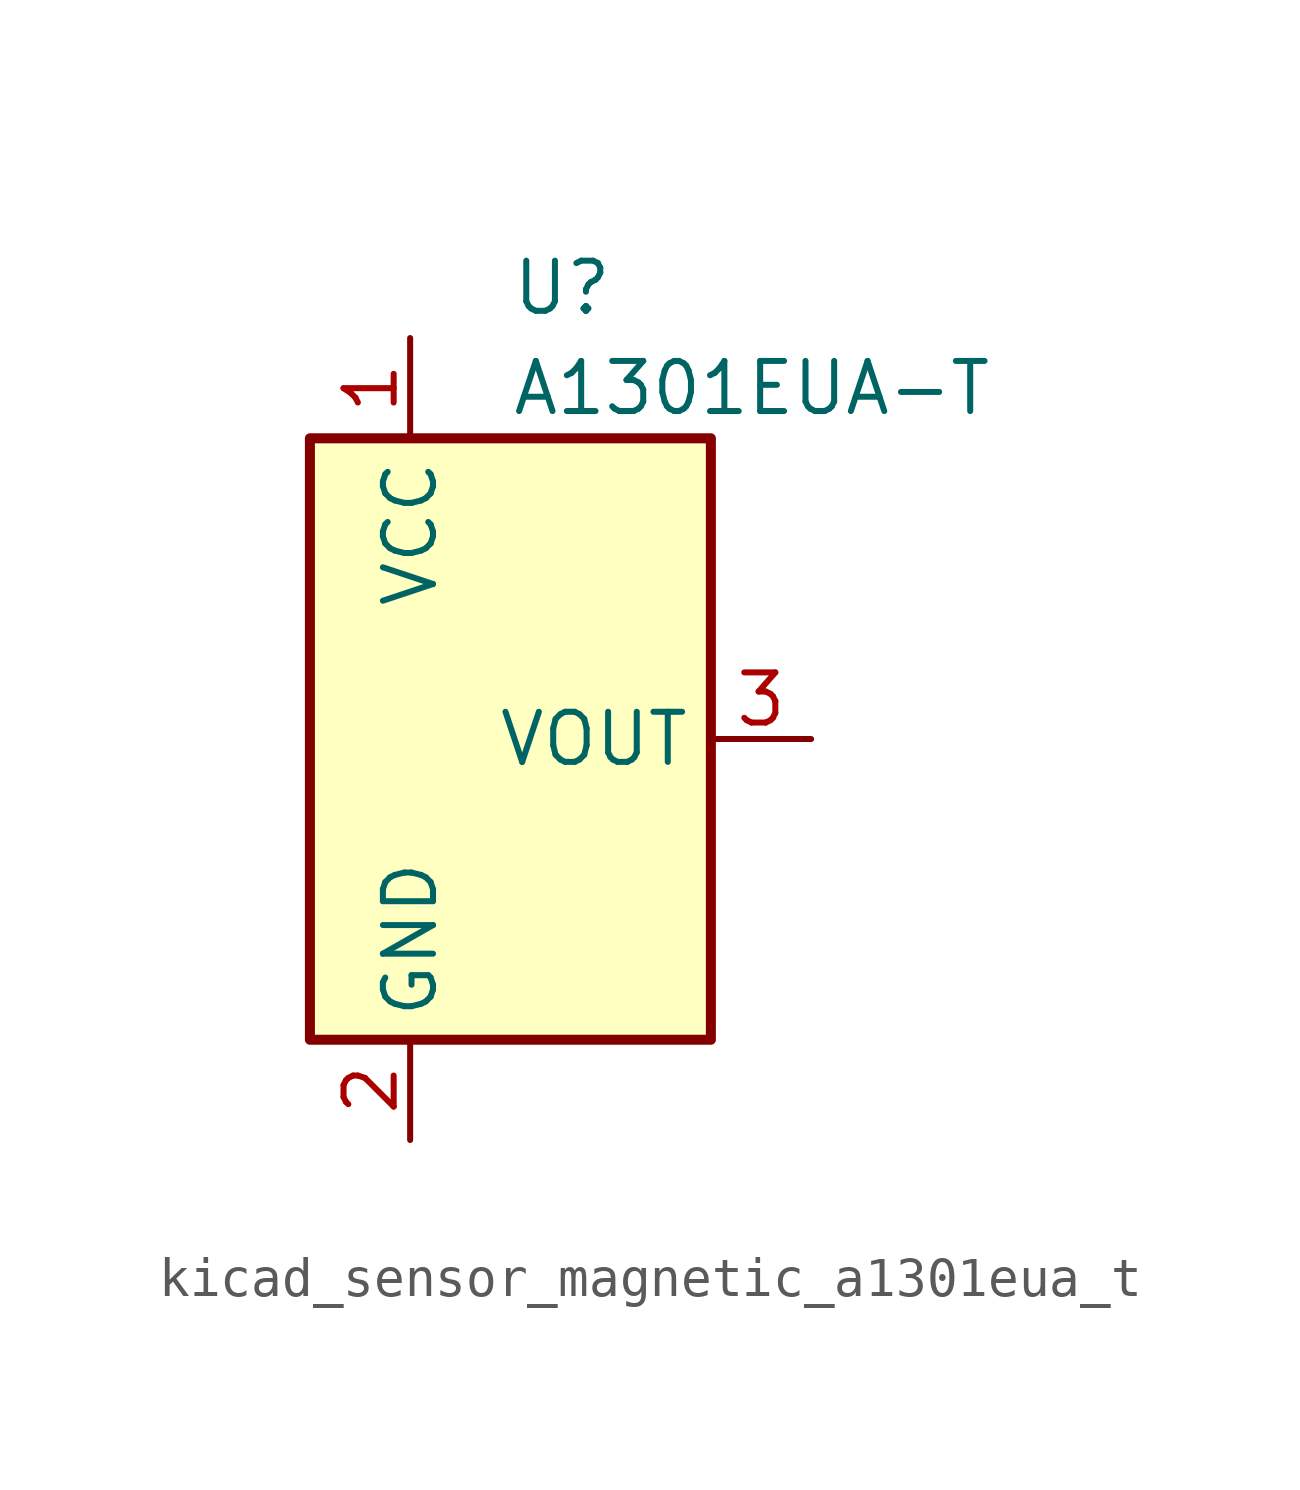
<source format=kicad_sym>
(kicad_symbol_lib
  (version 20220914)
  (generator kicad_symbol_editor)
  (symbol "kicad_sensor_magnetic_a1301eua_t"
    (property "Reference" "U"
      (at 0 11.43 0)
      (effects (font (size 1.27 1.27)) (justify left)))
    (property "Value" "A1301EUA-T"
      (at 0 8.89 0)
      (effects (font (size 1.27 1.27)) (justify left)))
    (symbol "kicad_sensor_magnetic_a1301eua_t_0_1"
      (rectangle (start -5.08 7.62) (end 5.08 -7.62) (stroke (width 0.254) (type default)) (fill (type background))))
    (symbol "kicad_sensor_magnetic_a1301eua_t_1_1"
      (pin power_in line (at -2.54 10.16 270) (length 2.54) (name "VCC" (effects (font (size 1.27 1.27)))) (number "1" (effects (font (size 1.27 1.27)))))
      (pin power_in line (at -2.54 -10.16 90) (length 2.54) (name "GND" (effects (font (size 1.27 1.27)))) (number "2" (effects (font (size 1.27 1.27)))))
      (pin output line (at 7.62 0 180) (length 2.54) (name "VOUT" (effects (font (size 1.27 1.27)))) (number "3" (effects (font (size 1.27 1.27))))))))
</source>
